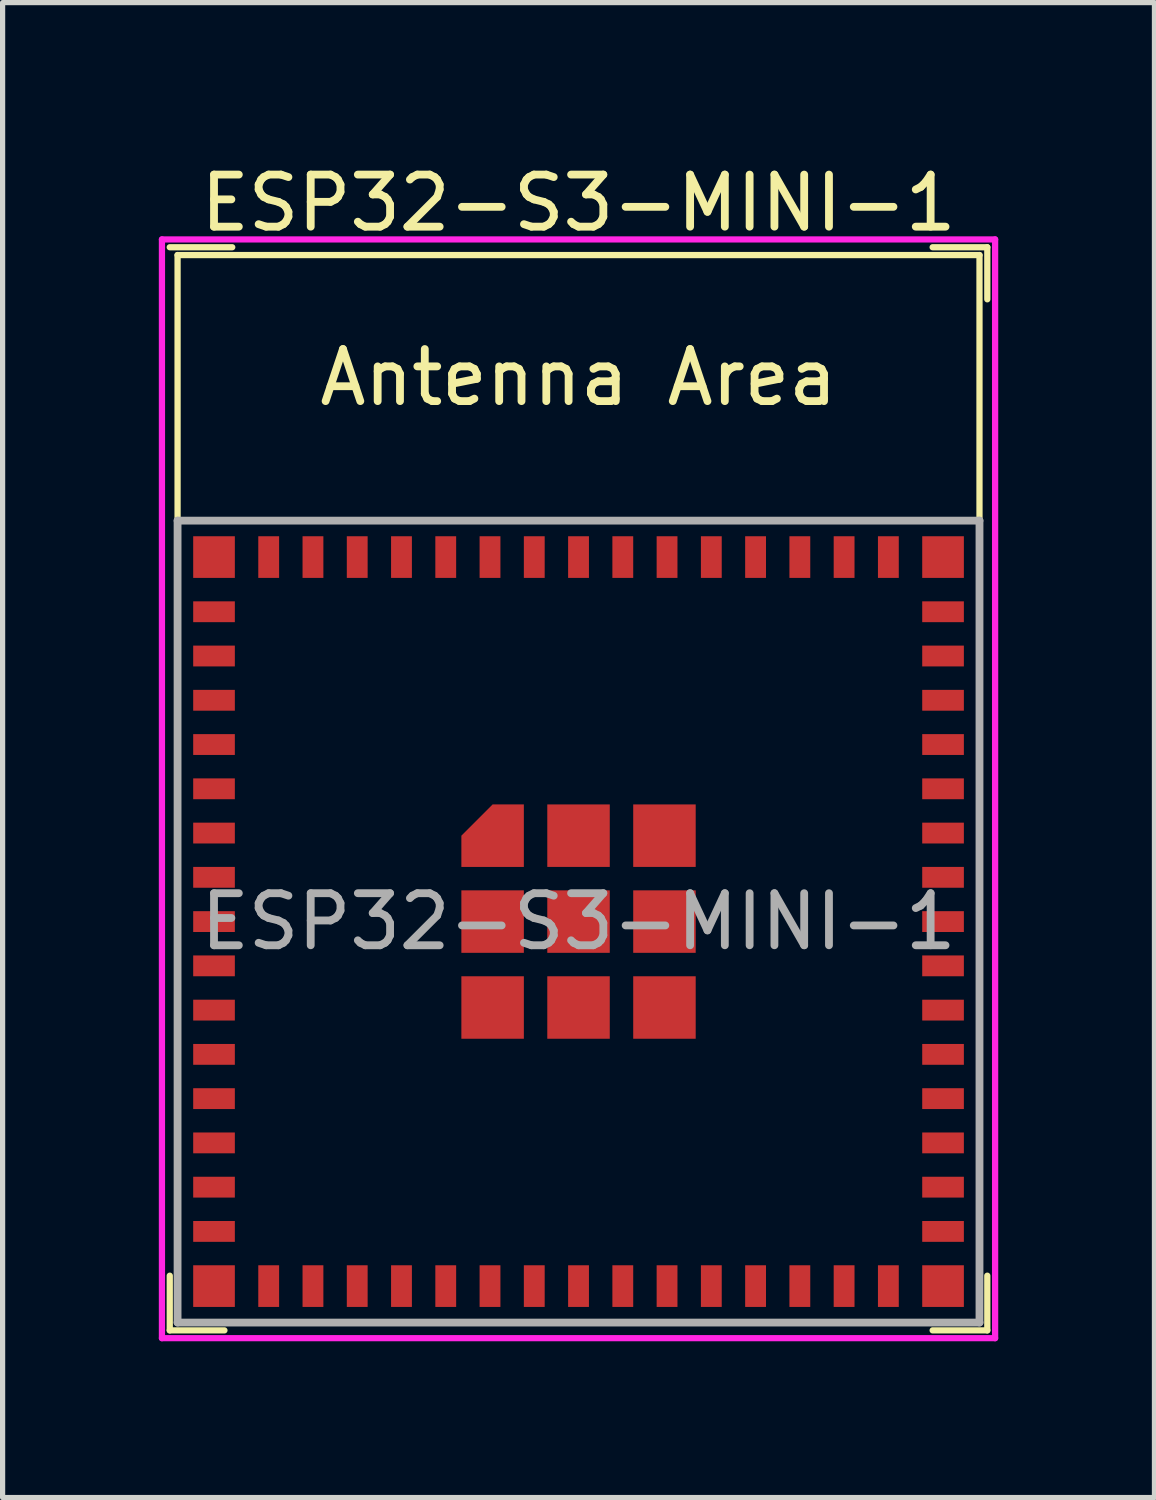
<source format=kicad_pcb>
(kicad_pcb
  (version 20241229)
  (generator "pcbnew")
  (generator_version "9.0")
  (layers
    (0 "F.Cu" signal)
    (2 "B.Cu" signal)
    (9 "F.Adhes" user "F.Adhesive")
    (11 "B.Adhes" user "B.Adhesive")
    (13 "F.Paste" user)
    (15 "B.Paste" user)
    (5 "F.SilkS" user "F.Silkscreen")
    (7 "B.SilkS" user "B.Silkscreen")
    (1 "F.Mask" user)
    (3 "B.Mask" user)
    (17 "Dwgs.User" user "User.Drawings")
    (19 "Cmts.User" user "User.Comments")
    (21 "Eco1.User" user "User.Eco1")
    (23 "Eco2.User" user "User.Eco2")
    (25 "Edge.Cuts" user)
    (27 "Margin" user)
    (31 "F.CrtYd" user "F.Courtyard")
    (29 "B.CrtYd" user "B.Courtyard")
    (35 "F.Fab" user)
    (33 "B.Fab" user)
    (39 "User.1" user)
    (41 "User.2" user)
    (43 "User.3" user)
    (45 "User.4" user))
  (footprint "ESP32-S3-MINI-1"
    (layer "F.Cu")
    (at 8.06 14.648)
    (property "Reference" "ESP32-S3-MINI-1" (at 0 -13.8 0) (layer "F.SilkS") (effects (font (size 1 1) (thickness 0.15))))
    (attr smd)
    (fp_line (start -7.85 7.85) (end -7.85 6.8) (stroke (width 0.12) (type solid)) (layer "F.SilkS"))
    (fp_line (start -7.7 -12.8) (end -7.7 -7.7) (stroke (width 0.12) (type solid)) (layer "F.SilkS"))
    (fp_line (start -7.7 -12.8) (end 7.7 -12.8) (stroke (width 0.12) (type solid)) (layer "F.SilkS"))
    (fp_line (start -7.7 7.7) (end -7.7 -7.7) (stroke (width 0.12) (type solid)) (layer "F.SilkS"))
    (fp_line (start -6.8 7.85) (end -7.85 7.85) (stroke (width 0.12) (type solid)) (layer "F.SilkS"))
    (fp_line (start -6.65 -12.95) (end -7.85 -12.95) (stroke (width 0.12) (type solid)) (layer "F.SilkS"))
    (fp_line (start 6.8 -12.95) (end 7.85 -12.95) (stroke (width 0.12) (type solid)) (layer "F.SilkS"))
    (fp_line (start 6.8 7.85) (end 7.85 7.85) (stroke (width 0.12) (type solid)) (layer "F.SilkS"))
    (fp_line (start 7.7 -12.8) (end 7.7 -7.7) (stroke (width 0.12) (type solid)) (layer "F.SilkS"))
    (fp_line (start 7.7 -7.7) (end 7.7 7.7) (stroke (width 0.12) (type solid)) (layer "F.SilkS"))
    (fp_line (start 7.7 7.7) (end -7.7 7.7) (stroke (width 0.12) (type solid)) (layer "F.SilkS"))
    (fp_line (start 7.85 -12.95) (end 7.85 -11.95) (stroke (width 0.12) (type solid)) (layer "F.SilkS"))
    (fp_line (start 7.85 7.85) (end 7.85 6.8) (stroke (width 0.12) (type solid)) (layer "F.SilkS"))
    (fp_line (start -8 -13.1) (end -8 8) (stroke (width 0.12) (type solid)) (layer "F.CrtYd"))
    (fp_line (start -8 8) (end 8 8) (stroke (width 0.12) (type solid)) (layer "F.CrtYd"))
    (fp_line (start 8 -13.1) (end -8 -13.1) (stroke (width 0.12) (type solid)) (layer "F.CrtYd"))
    (fp_line (start 8 8) (end 8 -13.1) (stroke (width 0.12) (type solid)) (layer "F.CrtYd"))
    (fp_line (start -7.7 -7.7) (end -7.7 7.7) (stroke (width 0.15) (type solid)) (layer "F.Fab"))
    (fp_line (start -7.7 7.7) (end 7.7 7.7) (stroke (width 0.15) (type solid)) (layer "F.Fab"))
    (fp_line (start 7.7 -7.7) (end -7.7 -7.7) (stroke (width 0.15) (type solid)) (layer "F.Fab"))
    (fp_line (start 7.7 7.7) (end 7.7 -7.7) (stroke (width 0.15) (type solid)) (layer "F.Fab"))
    (fp_text user "Antenna Area" (at 0 -10.45 0) (layer "F.SilkS") (effects (font (size 1 1) (thickness 0.15))))
    (fp_text user "${REFERENCE}" (at 0 0 0) (layer "F.Fab") (effects (font (size 1 1) (thickness 0.15))))
    (pad "1" smd rect (at -7 -5.95 90) (size 0.4 0.8) (layers "F.Cu" "F.Mask" "F.Paste"))
    (pad "2" smd rect (at -7 -5.1 90) (size 0.4 0.8) (layers "F.Cu" "F.Mask" "F.Paste"))
    (pad "3" smd rect (at -7 -4.25 90) (size 0.4 0.8) (layers "F.Cu" "F.Mask" "F.Paste"))
    (pad "4" smd rect (at -7 -3.4 90) (size 0.4 0.8) (layers "F.Cu" "F.Mask" "F.Paste"))
    (pad "5" smd rect (at -7 -2.55 90) (size 0.4 0.8) (layers "F.Cu" "F.Mask" "F.Paste"))
    (pad "6" smd rect (at -7 -1.7 90) (size 0.4 0.8) (layers "F.Cu" "F.Mask" "F.Paste"))
    (pad "7" smd rect (at -7 -0.85 90) (size 0.4 0.8) (layers "F.Cu" "F.Mask" "F.Paste"))
    (pad "8" smd rect (at -7 0 90) (size 0.4 0.8) (layers "F.Cu" "F.Mask" "F.Paste"))
    (pad "9" smd rect (at -7 0.85 90) (size 0.4 0.8) (layers "F.Cu" "F.Mask" "F.Paste"))
    (pad "10" smd rect (at -7 1.7 90) (size 0.4 0.8) (layers "F.Cu" "F.Mask" "F.Paste"))
    (pad "11" smd rect (at -7 2.55 90) (size 0.4 0.8) (layers "F.Cu" "F.Mask" "F.Paste"))
    (pad "12" smd rect (at -7 3.4 90) (size 0.4 0.8) (layers "F.Cu" "F.Mask" "F.Paste"))
    (pad "13" smd rect (at -7 4.25 90) (size 0.4 0.8) (layers "F.Cu" "F.Mask" "F.Paste"))
    (pad "14" smd rect (at -7 5.1 90) (size 0.4 0.8) (layers "F.Cu" "F.Mask" "F.Paste"))
    (pad "15" smd rect (at -7 5.95 90) (size 0.4 0.8) (layers "F.Cu" "F.Mask" "F.Paste"))
    (pad "16" smd rect (at -5.95 7) (size 0.4 0.8) (layers "F.Cu" "F.Mask" "F.Paste"))
    (pad "17" smd rect (at -5.1 7) (size 0.4 0.8) (layers "F.Cu" "F.Mask" "F.Paste"))
    (pad "18" smd rect (at -4.25 7) (size 0.4 0.8) (layers "F.Cu" "F.Mask" "F.Paste"))
    (pad "19" smd rect (at -3.4 7) (size 0.4 0.8) (layers "F.Cu" "F.Mask" "F.Paste"))
    (pad "20" smd rect (at -2.55 7) (size 0.4 0.8) (layers "F.Cu" "F.Mask" "F.Paste"))
    (pad "21" smd rect (at -1.7 7) (size 0.4 0.8) (layers "F.Cu" "F.Mask" "F.Paste"))
    (pad "22" smd rect (at -0.85 7) (size 0.4 0.8) (layers "F.Cu" "F.Mask" "F.Paste"))
    (pad "23" smd rect (at 0 7) (size 0.4 0.8) (layers "F.Cu" "F.Mask" "F.Paste"))
    (pad "24" smd rect (at 0.85 7) (size 0.4 0.8) (layers "F.Cu" "F.Mask" "F.Paste"))
    (pad "25" smd rect (at 1.7 7) (size 0.4 0.8) (layers "F.Cu" "F.Mask" "F.Paste"))
    (pad "26" smd rect (at 2.55 7) (size 0.4 0.8) (layers "F.Cu" "F.Mask" "F.Paste"))
    (pad "27" smd rect (at 3.4 7) (size 0.4 0.8) (layers "F.Cu" "F.Mask" "F.Paste"))
    (pad "28" smd rect (at 4.25 7) (size 0.4 0.8) (layers "F.Cu" "F.Mask" "F.Paste"))
    (pad "29" smd rect (at 5.1 7) (size 0.4 0.8) (layers "F.Cu" "F.Mask" "F.Paste"))
    (pad "30" smd rect (at 5.95 7) (size 0.4 0.8) (layers "F.Cu" "F.Mask" "F.Paste"))
    (pad "31" smd rect (at 7 5.95 90) (size 0.4 0.8) (layers "F.Cu" "F.Mask" "F.Paste"))
    (pad "32" smd rect (at 7 5.1 90) (size 0.4 0.8) (layers "F.Cu" "F.Mask" "F.Paste"))
    (pad "33" smd rect (at 7 4.25 90) (size 0.4 0.8) (layers "F.Cu" "F.Mask" "F.Paste"))
    (pad "34" smd rect (at 7 3.4 90) (size 0.4 0.8) (layers "F.Cu" "F.Mask" "F.Paste"))
    (pad "35" smd rect (at 7 2.55 90) (size 0.4 0.8) (layers "F.Cu" "F.Mask" "F.Paste"))
    (pad "36" smd rect (at 7 1.7 90) (size 0.4 0.8) (layers "F.Cu" "F.Mask" "F.Paste"))
    (pad "37" smd rect (at 7 0.85 90) (size 0.4 0.8) (layers "F.Cu" "F.Mask" "F.Paste"))
    (pad "38" smd rect (at 7 0 90) (size 0.4 0.8) (layers "F.Cu" "F.Mask" "F.Paste"))
    (pad "39" smd rect (at 7 -0.85 90) (size 0.4 0.8) (layers "F.Cu" "F.Mask" "F.Paste"))
    (pad "40" smd rect (at 7 -1.7 90) (size 0.4 0.8) (layers "F.Cu" "F.Mask" "F.Paste"))
    (pad "41" smd rect (at 7 -2.55 90) (size 0.4 0.8) (layers "F.Cu" "F.Mask" "F.Paste"))
    (pad "42" smd rect (at 7 -3.4 90) (size 0.4 0.8) (layers "F.Cu" "F.Mask" "F.Paste"))
    (pad "43" smd rect (at 7 -4.25 90) (size 0.4 0.8) (layers "F.Cu" "F.Mask" "F.Paste"))
    (pad "44" smd rect (at 7 -5.1 90) (size 0.4 0.8) (layers "F.Cu" "F.Mask" "F.Paste"))
    (pad "45" smd rect (at 7 -5.95 90) (size 0.4 0.8) (layers "F.Cu" "F.Mask" "F.Paste"))
    (pad "46" smd rect (at 5.95 -7) (size 0.4 0.8) (layers "F.Cu" "F.Mask" "F.Paste"))
    (pad "47" smd rect (at 5.1 -7) (size 0.4 0.8) (layers "F.Cu" "F.Mask" "F.Paste"))
    (pad "48" smd rect (at 4.25 -7) (size 0.4 0.8) (layers "F.Cu" "F.Mask" "F.Paste"))
    (pad "49" smd rect (at 3.4 -7) (size 0.4 0.8) (layers "F.Cu" "F.Mask" "F.Paste"))
    (pad "50" smd rect (at 2.55 -7) (size 0.4 0.8) (layers "F.Cu" "F.Mask" "F.Paste"))
    (pad "51" smd rect (at 1.7 -7) (size 0.4 0.8) (layers "F.Cu" "F.Mask" "F.Paste"))
    (pad "52" smd rect (at 0.85 -7) (size 0.4 0.8) (layers "F.Cu" "F.Mask" "F.Paste"))
    (pad "53" smd rect (at 0 -7) (size 0.4 0.8) (layers "F.Cu" "F.Mask" "F.Paste"))
    (pad "54" smd rect (at -0.85 -7) (size 0.4 0.8) (layers "F.Cu" "F.Mask" "F.Paste"))
    (pad "55" smd rect (at -1.7 -7) (size 0.4 0.8) (layers "F.Cu" "F.Mask" "F.Paste"))
    (pad "56" smd rect (at -2.55 -7) (size 0.4 0.8) (layers "F.Cu" "F.Mask" "F.Paste"))
    (pad "57" smd rect (at -3.4 -7) (size 0.4 0.8) (layers "F.Cu" "F.Mask" "F.Paste"))
    (pad "58" smd rect (at -4.25 -7) (size 0.4 0.8) (layers "F.Cu" "F.Mask" "F.Paste"))
    (pad "59" smd rect (at -5.1 -7) (size 0.4 0.8) (layers "F.Cu" "F.Mask" "F.Paste"))
    (pad "60" smd rect (at -5.95 -7) (size 0.4 0.8) (layers "F.Cu" "F.Mask" "F.Paste"))
    (pad "61" smd custom (at -1.65 -1.65) (size 0.6 0.6) (layers "F.Cu" "F.Mask" "F.Paste") (options (anchor rect)) (primitives (gr_poly (pts (xy 0.6 0.6) (xy -0.6 0.6) (xy -0.6 0) (xy 0 -0.6) (xy 0.6 -0.6)) (width 0) (fill yes))))
    (pad "61" smd rect (at -1.65 0) (size 1.2 1.2) (layers "F.Cu" "F.Mask" "F.Paste"))
    (pad "61" smd rect (at -1.65 1.65) (size 1.2 1.2) (layers "F.Cu" "F.Mask" "F.Paste"))
    (pad "61" smd rect (at 0 -1.65) (size 1.2 1.2) (layers "F.Cu" "F.Mask" "F.Paste"))
    (pad "61" smd rect (at 0 0) (size 1.2 1.2) (layers "F.Cu" "F.Mask" "F.Paste"))
    (pad "61" smd rect (at 0 1.65) (size 1.2 1.2) (layers "F.Cu" "F.Mask" "F.Paste"))
    (pad "61" smd rect (at 1.65 -1.65) (size 1.2 1.2) (layers "F.Cu" "F.Mask" "F.Paste"))
    (pad "61" smd rect (at 1.65 0) (size 1.2 1.2) (layers "F.Cu" "F.Mask" "F.Paste"))
    (pad "61" smd rect (at 1.65 1.65) (size 1.2 1.2) (layers "F.Cu" "F.Mask" "F.Paste"))
    (pad "62" smd rect (at -7 -7 180) (size 0.8 0.8) (layers "F.Cu" "F.Mask" "F.Paste"))
    (pad "63" smd rect (at -7 7 180) (size 0.8 0.8) (layers "F.Cu" "F.Mask" "F.Paste"))
    (pad "64" smd rect (at 7 7 180) (size 0.8 0.8) (layers "F.Cu" "F.Mask" "F.Paste"))
    (pad "65" smd rect (at 7 -7 180) (size 0.8 0.8) (layers "F.Cu" "F.Mask" "F.Paste"))
    (zone (net_name "") (layers "F.Cu" "B.Cu") (name "antenna keepout") (hatch edge 0.508) (connect_pads) (min_thickness 0.254) (filled_areas_thickness no) (keepout (tracks not_allowed) (vias not_allowed) (pads not_allowed) (copperpour not_allowed) (footprints not_allowed)) (placement (enabled no)) (fill) (polygon (pts (xy 15.76 6.948) (xy 0.36 6.948) (xy 0.36 1.848) (xy 15.76 1.848)))))
  (gr_rect
    (start -3 -3)
    (end 19.12 25.708)
    (stroke (width 0.1) (type default))
    (fill no)
    (layer "Edge.Cuts")))
</source>
